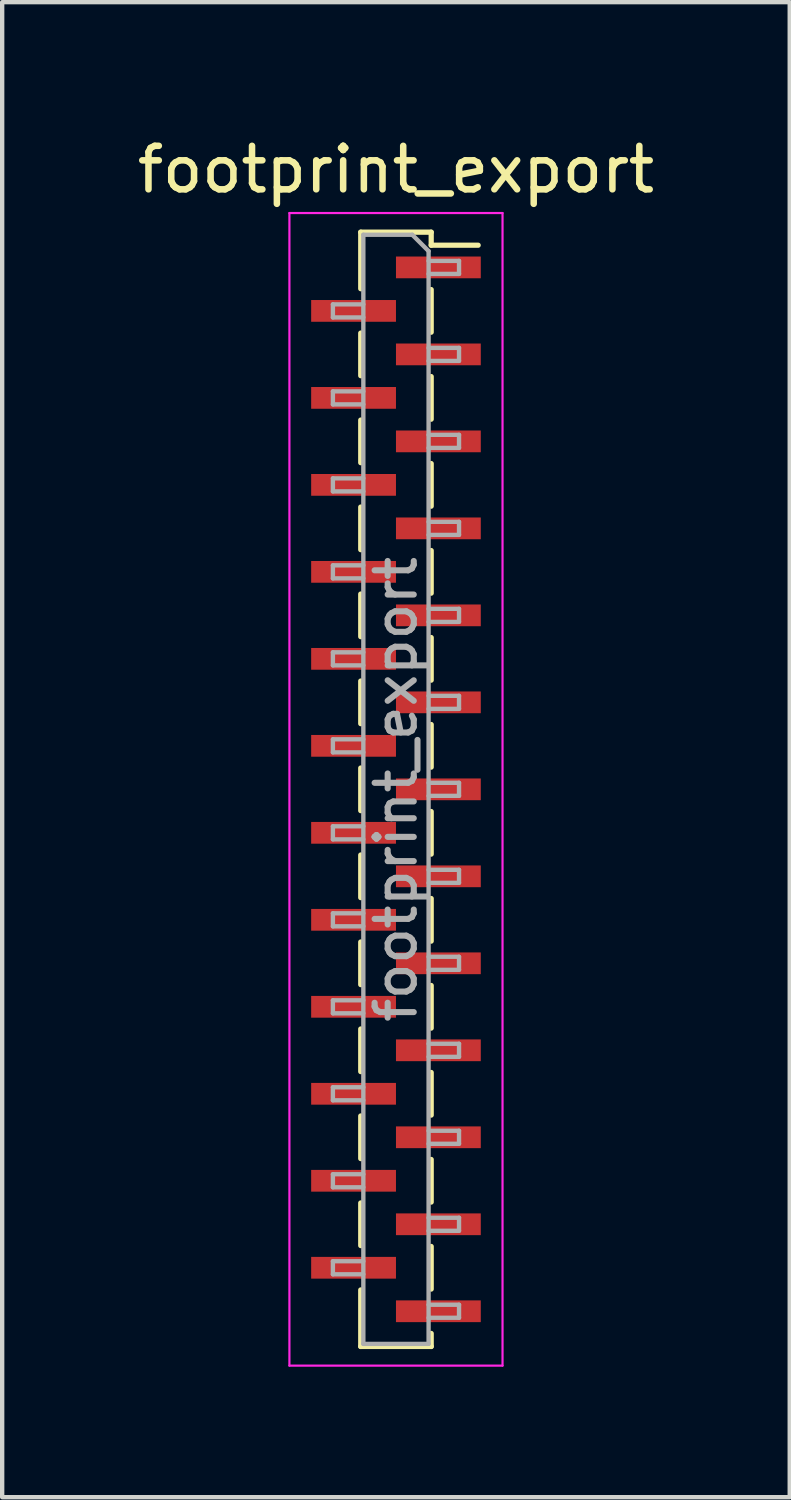
<source format=kicad_pcb>
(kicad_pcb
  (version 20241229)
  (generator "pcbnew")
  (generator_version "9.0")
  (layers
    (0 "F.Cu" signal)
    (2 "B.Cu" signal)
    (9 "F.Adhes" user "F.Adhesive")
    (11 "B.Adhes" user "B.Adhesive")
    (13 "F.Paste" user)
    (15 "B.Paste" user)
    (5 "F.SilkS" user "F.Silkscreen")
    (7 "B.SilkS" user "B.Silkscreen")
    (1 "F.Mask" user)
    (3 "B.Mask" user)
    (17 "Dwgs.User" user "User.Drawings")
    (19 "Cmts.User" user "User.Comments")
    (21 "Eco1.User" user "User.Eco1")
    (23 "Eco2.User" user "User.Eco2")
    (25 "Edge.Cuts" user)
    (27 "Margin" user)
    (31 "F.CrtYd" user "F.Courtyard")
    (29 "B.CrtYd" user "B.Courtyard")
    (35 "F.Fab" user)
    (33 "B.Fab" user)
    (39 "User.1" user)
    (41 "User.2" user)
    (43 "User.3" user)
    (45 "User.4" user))
  (footprint "footprint_export"
    (layer "F.Cu")
    (at 6.054 15.098)
    (property "Reference" "footprint_export" (at 0 -14.25 0) (layer "F.SilkS") (effects (font (size 1 1) (thickness 0.15))))
    (attr smd)
    (fp_line (start -0.81 -12.81) (end -0.81 -11.51) (stroke (width 0.12) (type solid)) (layer "F.SilkS"))
    (fp_line (start -0.81 -12.81) (end 0.81 -12.81) (stroke (width 0.12) (type solid)) (layer "F.SilkS"))
    (fp_line (start -0.81 -10.49) (end -0.81 -9.51) (stroke (width 0.12) (type solid)) (layer "F.SilkS"))
    (fp_line (start -0.81 -8.49) (end -0.81 -7.51) (stroke (width 0.12) (type solid)) (layer "F.SilkS"))
    (fp_line (start -0.81 -6.49) (end -0.81 -5.51) (stroke (width 0.12) (type solid)) (layer "F.SilkS"))
    (fp_line (start -0.81 -4.49) (end -0.81 -3.51) (stroke (width 0.12) (type solid)) (layer "F.SilkS"))
    (fp_line (start -0.81 -2.49) (end -0.81 -1.51) (stroke (width 0.12) (type solid)) (layer "F.SilkS"))
    (fp_line (start -0.81 -0.49) (end -0.81 0.49) (stroke (width 0.12) (type solid)) (layer "F.SilkS"))
    (fp_line (start -0.81 1.51) (end -0.81 2.49) (stroke (width 0.12) (type solid)) (layer "F.SilkS"))
    (fp_line (start -0.81 3.51) (end -0.81 4.49) (stroke (width 0.12) (type solid)) (layer "F.SilkS"))
    (fp_line (start -0.81 5.51) (end -0.81 6.49) (stroke (width 0.12) (type solid)) (layer "F.SilkS"))
    (fp_line (start -0.81 7.51) (end -0.81 8.49) (stroke (width 0.12) (type solid)) (layer "F.SilkS"))
    (fp_line (start -0.81 9.51) (end -0.81 10.49) (stroke (width 0.12) (type solid)) (layer "F.SilkS"))
    (fp_line (start -0.81 11.51) (end -0.81 12.81) (stroke (width 0.12) (type solid)) (layer "F.SilkS"))
    (fp_line (start -0.81 12.81) (end 0.81 12.81) (stroke (width 0.12) (type solid)) (layer "F.SilkS"))
    (fp_line (start 0.81 -12.81) (end 0.81 -12.51) (stroke (width 0.12) (type solid)) (layer "F.SilkS"))
    (fp_line (start 0.81 -12.51) (end 1.89 -12.51) (stroke (width 0.12) (type solid)) (layer "F.SilkS"))
    (fp_line (start 0.81 -11.49) (end 0.81 -10.51) (stroke (width 0.12) (type solid)) (layer "F.SilkS"))
    (fp_line (start 0.81 -9.49) (end 0.81 -8.51) (stroke (width 0.12) (type solid)) (layer "F.SilkS"))
    (fp_line (start 0.81 -7.49) (end 0.81 -6.51) (stroke (width 0.12) (type solid)) (layer "F.SilkS"))
    (fp_line (start 0.81 -5.49) (end 0.81 -4.51) (stroke (width 0.12) (type solid)) (layer "F.SilkS"))
    (fp_line (start 0.81 -3.49) (end 0.81 -2.51) (stroke (width 0.12) (type solid)) (layer "F.SilkS"))
    (fp_line (start 0.81 -1.49) (end 0.81 -0.51) (stroke (width 0.12) (type solid)) (layer "F.SilkS"))
    (fp_line (start 0.81 0.51) (end 0.81 1.49) (stroke (width 0.12) (type solid)) (layer "F.SilkS"))
    (fp_line (start 0.81 2.51) (end 0.81 3.49) (stroke (width 0.12) (type solid)) (layer "F.SilkS"))
    (fp_line (start 0.81 4.51) (end 0.81 5.49) (stroke (width 0.12) (type solid)) (layer "F.SilkS"))
    (fp_line (start 0.81 6.51) (end 0.81 7.49) (stroke (width 0.12) (type solid)) (layer "F.SilkS"))
    (fp_line (start 0.81 8.51) (end 0.81 9.49) (stroke (width 0.12) (type solid)) (layer "F.SilkS"))
    (fp_line (start 0.81 10.51) (end 0.81 11.49) (stroke (width 0.12) (type solid)) (layer "F.SilkS"))
    (fp_line (start 0.81 12.51) (end 0.81 12.81) (stroke (width 0.12) (type solid)) (layer "F.SilkS"))
    (fp_line (start -2.45 -13.25) (end 2.45 -13.25) (stroke (width 0.05) (type solid)) (layer "F.CrtYd"))
    (fp_line (start -2.45 13.25) (end -2.45 -13.25) (stroke (width 0.05) (type solid)) (layer "F.CrtYd"))
    (fp_line (start 2.45 -13.25) (end 2.45 13.25) (stroke (width 0.05) (type solid)) (layer "F.CrtYd"))
    (fp_line (start 2.45 13.25) (end -2.45 13.25) (stroke (width 0.05) (type solid)) (layer "F.CrtYd"))
    (fp_line (start -1.45 -11.15) (end -0.75 -11.15) (stroke (width 0.1) (type solid)) (layer "F.Fab"))
    (fp_line (start -1.45 -10.85) (end -1.45 -11.15) (stroke (width 0.1) (type solid)) (layer "F.Fab"))
    (fp_line (start -1.45 -9.15) (end -0.75 -9.15) (stroke (width 0.1) (type solid)) (layer "F.Fab"))
    (fp_line (start -1.45 -8.85) (end -1.45 -9.15) (stroke (width 0.1) (type solid)) (layer "F.Fab"))
    (fp_line (start -1.45 -7.15) (end -0.75 -7.15) (stroke (width 0.1) (type solid)) (layer "F.Fab"))
    (fp_line (start -1.45 -6.85) (end -1.45 -7.15) (stroke (width 0.1) (type solid)) (layer "F.Fab"))
    (fp_line (start -1.45 -5.15) (end -0.75 -5.15) (stroke (width 0.1) (type solid)) (layer "F.Fab"))
    (fp_line (start -1.45 -4.85) (end -1.45 -5.15) (stroke (width 0.1) (type solid)) (layer "F.Fab"))
    (fp_line (start -1.45 -3.15) (end -0.75 -3.15) (stroke (width 0.1) (type solid)) (layer "F.Fab"))
    (fp_line (start -1.45 -2.85) (end -1.45 -3.15) (stroke (width 0.1) (type solid)) (layer "F.Fab"))
    (fp_line (start -1.45 -1.15) (end -0.75 -1.15) (stroke (width 0.1) (type solid)) (layer "F.Fab"))
    (fp_line (start -1.45 -0.85) (end -1.45 -1.15) (stroke (width 0.1) (type solid)) (layer "F.Fab"))
    (fp_line (start -1.45 0.85) (end -0.75 0.85) (stroke (width 0.1) (type solid)) (layer "F.Fab"))
    (fp_line (start -1.45 1.15) (end -1.45 0.85) (stroke (width 0.1) (type solid)) (layer "F.Fab"))
    (fp_line (start -1.45 2.85) (end -0.75 2.85) (stroke (width 0.1) (type solid)) (layer "F.Fab"))
    (fp_line (start -1.45 3.15) (end -1.45 2.85) (stroke (width 0.1) (type solid)) (layer "F.Fab"))
    (fp_line (start -1.45 4.85) (end -0.75 4.85) (stroke (width 0.1) (type solid)) (layer "F.Fab"))
    (fp_line (start -1.45 5.15) (end -1.45 4.85) (stroke (width 0.1) (type solid)) (layer "F.Fab"))
    (fp_line (start -1.45 6.85) (end -0.75 6.85) (stroke (width 0.1) (type solid)) (layer "F.Fab"))
    (fp_line (start -1.45 7.15) (end -1.45 6.85) (stroke (width 0.1) (type solid)) (layer "F.Fab"))
    (fp_line (start -1.45 8.85) (end -0.75 8.85) (stroke (width 0.1) (type solid)) (layer "F.Fab"))
    (fp_line (start -1.45 9.15) (end -1.45 8.85) (stroke (width 0.1) (type solid)) (layer "F.Fab"))
    (fp_line (start -1.45 10.85) (end -0.75 10.85) (stroke (width 0.1) (type solid)) (layer "F.Fab"))
    (fp_line (start -1.45 11.15) (end -1.45 10.85) (stroke (width 0.1) (type solid)) (layer "F.Fab"))
    (fp_line (start -0.75 -12.75) (end 0.375 -12.75) (stroke (width 0.1) (type solid)) (layer "F.Fab"))
    (fp_line (start -0.75 -10.85) (end -1.45 -10.85) (stroke (width 0.1) (type solid)) (layer "F.Fab"))
    (fp_line (start -0.75 -8.85) (end -1.45 -8.85) (stroke (width 0.1) (type solid)) (layer "F.Fab"))
    (fp_line (start -0.75 -6.85) (end -1.45 -6.85) (stroke (width 0.1) (type solid)) (layer "F.Fab"))
    (fp_line (start -0.75 -4.85) (end -1.45 -4.85) (stroke (width 0.1) (type solid)) (layer "F.Fab"))
    (fp_line (start -0.75 -2.85) (end -1.45 -2.85) (stroke (width 0.1) (type solid)) (layer "F.Fab"))
    (fp_line (start -0.75 -0.85) (end -1.45 -0.85) (stroke (width 0.1) (type solid)) (layer "F.Fab"))
    (fp_line (start -0.75 1.15) (end -1.45 1.15) (stroke (width 0.1) (type solid)) (layer "F.Fab"))
    (fp_line (start -0.75 3.15) (end -1.45 3.15) (stroke (width 0.1) (type solid)) (layer "F.Fab"))
    (fp_line (start -0.75 5.15) (end -1.45 5.15) (stroke (width 0.1) (type solid)) (layer "F.Fab"))
    (fp_line (start -0.75 7.15) (end -1.45 7.15) (stroke (width 0.1) (type solid)) (layer "F.Fab"))
    (fp_line (start -0.75 9.15) (end -1.45 9.15) (stroke (width 0.1) (type solid)) (layer "F.Fab"))
    (fp_line (start -0.75 11.15) (end -1.45 11.15) (stroke (width 0.1) (type solid)) (layer "F.Fab"))
    (fp_line (start -0.75 12.75) (end -0.75 -12.75) (stroke (width 0.1) (type solid)) (layer "F.Fab"))
    (fp_line (start 0.375 -12.75) (end 0.75 -12.375) (stroke (width 0.1) (type solid)) (layer "F.Fab"))
    (fp_line (start 0.75 -12.375) (end 0.75 12.75) (stroke (width 0.1) (type solid)) (layer "F.Fab"))
    (fp_line (start 0.75 -12.15) (end 1.45 -12.15) (stroke (width 0.1) (type solid)) (layer "F.Fab"))
    (fp_line (start 0.75 -10.15) (end 1.45 -10.15) (stroke (width 0.1) (type solid)) (layer "F.Fab"))
    (fp_line (start 0.75 -8.15) (end 1.45 -8.15) (stroke (width 0.1) (type solid)) (layer "F.Fab"))
    (fp_line (start 0.75 -6.15) (end 1.45 -6.15) (stroke (width 0.1) (type solid)) (layer "F.Fab"))
    (fp_line (start 0.75 -4.15) (end 1.45 -4.15) (stroke (width 0.1) (type solid)) (layer "F.Fab"))
    (fp_line (start 0.75 -2.15) (end 1.45 -2.15) (stroke (width 0.1) (type solid)) (layer "F.Fab"))
    (fp_line (start 0.75 -0.15) (end 1.45 -0.15) (stroke (width 0.1) (type solid)) (layer "F.Fab"))
    (fp_line (start 0.75 1.85) (end 1.45 1.85) (stroke (width 0.1) (type solid)) (layer "F.Fab"))
    (fp_line (start 0.75 3.85) (end 1.45 3.85) (stroke (width 0.1) (type solid)) (layer "F.Fab"))
    (fp_line (start 0.75 5.85) (end 1.45 5.85) (stroke (width 0.1) (type solid)) (layer "F.Fab"))
    (fp_line (start 0.75 7.85) (end 1.45 7.85) (stroke (width 0.1) (type solid)) (layer "F.Fab"))
    (fp_line (start 0.75 9.85) (end 1.45 9.85) (stroke (width 0.1) (type solid)) (layer "F.Fab"))
    (fp_line (start 0.75 11.85) (end 1.45 11.85) (stroke (width 0.1) (type solid)) (layer "F.Fab"))
    (fp_line (start 0.75 12.75) (end -0.75 12.75) (stroke (width 0.1) (type solid)) (layer "F.Fab"))
    (fp_line (start 1.45 -12.15) (end 1.45 -11.85) (stroke (width 0.1) (type solid)) (layer "F.Fab"))
    (fp_line (start 1.45 -11.85) (end 0.75 -11.85) (stroke (width 0.1) (type solid)) (layer "F.Fab"))
    (fp_line (start 1.45 -10.15) (end 1.45 -9.85) (stroke (width 0.1) (type solid)) (layer "F.Fab"))
    (fp_line (start 1.45 -9.85) (end 0.75 -9.85) (stroke (width 0.1) (type solid)) (layer "F.Fab"))
    (fp_line (start 1.45 -8.15) (end 1.45 -7.85) (stroke (width 0.1) (type solid)) (layer "F.Fab"))
    (fp_line (start 1.45 -7.85) (end 0.75 -7.85) (stroke (width 0.1) (type solid)) (layer "F.Fab"))
    (fp_line (start 1.45 -6.15) (end 1.45 -5.85) (stroke (width 0.1) (type solid)) (layer "F.Fab"))
    (fp_line (start 1.45 -5.85) (end 0.75 -5.85) (stroke (width 0.1) (type solid)) (layer "F.Fab"))
    (fp_line (start 1.45 -4.15) (end 1.45 -3.85) (stroke (width 0.1) (type solid)) (layer "F.Fab"))
    (fp_line (start 1.45 -3.85) (end 0.75 -3.85) (stroke (width 0.1) (type solid)) (layer "F.Fab"))
    (fp_line (start 1.45 -2.15) (end 1.45 -1.85) (stroke (width 0.1) (type solid)) (layer "F.Fab"))
    (fp_line (start 1.45 -1.85) (end 0.75 -1.85) (stroke (width 0.1) (type solid)) (layer "F.Fab"))
    (fp_line (start 1.45 -0.15) (end 1.45 0.15) (stroke (width 0.1) (type solid)) (layer "F.Fab"))
    (fp_line (start 1.45 0.15) (end 0.75 0.15) (stroke (width 0.1) (type solid)) (layer "F.Fab"))
    (fp_line (start 1.45 1.85) (end 1.45 2.15) (stroke (width 0.1) (type solid)) (layer "F.Fab"))
    (fp_line (start 1.45 2.15) (end 0.75 2.15) (stroke (width 0.1) (type solid)) (layer "F.Fab"))
    (fp_line (start 1.45 3.85) (end 1.45 4.15) (stroke (width 0.1) (type solid)) (layer "F.Fab"))
    (fp_line (start 1.45 4.15) (end 0.75 4.15) (stroke (width 0.1) (type solid)) (layer "F.Fab"))
    (fp_line (start 1.45 5.85) (end 1.45 6.15) (stroke (width 0.1) (type solid)) (layer "F.Fab"))
    (fp_line (start 1.45 6.15) (end 0.75 6.15) (stroke (width 0.1) (type solid)) (layer "F.Fab"))
    (fp_line (start 1.45 7.85) (end 1.45 8.15) (stroke (width 0.1) (type solid)) (layer "F.Fab"))
    (fp_line (start 1.45 8.15) (end 0.75 8.15) (stroke (width 0.1) (type solid)) (layer "F.Fab"))
    (fp_line (start 1.45 9.85) (end 1.45 10.15) (stroke (width 0.1) (type solid)) (layer "F.Fab"))
    (fp_line (start 1.45 10.15) (end 0.75 10.15) (stroke (width 0.1) (type solid)) (layer "F.Fab"))
    (fp_line (start 1.45 11.85) (end 1.45 12.15) (stroke (width 0.1) (type solid)) (layer "F.Fab"))
    (fp_line (start 1.45 12.15) (end 0.75 12.15) (stroke (width 0.1) (type solid)) (layer "F.Fab"))
    (fp_text user "${REFERENCE}" (at 0 0 90) (layer "F.Fab") (effects (font (size 0.9 0.9) (thickness 0.14))))
    (pad "1" smd rect (at 0.975 -12) (size 1.95 0.5) (layers "F.Cu" "F.Mask" "F.Paste"))
    (pad "2" smd rect (at -0.975 -11) (size 1.95 0.5) (layers "F.Cu" "F.Mask" "F.Paste"))
    (pad "3" smd rect (at 0.975 -10) (size 1.95 0.5) (layers "F.Cu" "F.Mask" "F.Paste"))
    (pad "4" smd rect (at -0.975 -9) (size 1.95 0.5) (layers "F.Cu" "F.Mask" "F.Paste"))
    (pad "5" smd rect (at 0.975 -8) (size 1.95 0.5) (layers "F.Cu" "F.Mask" "F.Paste"))
    (pad "6" smd rect (at -0.975 -7) (size 1.95 0.5) (layers "F.Cu" "F.Mask" "F.Paste"))
    (pad "7" smd rect (at 0.975 -6) (size 1.95 0.5) (layers "F.Cu" "F.Mask" "F.Paste"))
    (pad "8" smd rect (at -0.975 -5) (size 1.95 0.5) (layers "F.Cu" "F.Mask" "F.Paste"))
    (pad "9" smd rect (at 0.975 -4) (size 1.95 0.5) (layers "F.Cu" "F.Mask" "F.Paste"))
    (pad "10" smd rect (at -0.975 -3) (size 1.95 0.5) (layers "F.Cu" "F.Mask" "F.Paste"))
    (pad "11" smd rect (at 0.975 -2) (size 1.95 0.5) (layers "F.Cu" "F.Mask" "F.Paste"))
    (pad "12" smd rect (at -0.975 -1) (size 1.95 0.5) (layers "F.Cu" "F.Mask" "F.Paste"))
    (pad "13" smd rect (at 0.975 0) (size 1.95 0.5) (layers "F.Cu" "F.Mask" "F.Paste"))
    (pad "14" smd rect (at -0.975 1) (size 1.95 0.5) (layers "F.Cu" "F.Mask" "F.Paste"))
    (pad "15" smd rect (at 0.975 2) (size 1.95 0.5) (layers "F.Cu" "F.Mask" "F.Paste"))
    (pad "16" smd rect (at -0.975 3) (size 1.95 0.5) (layers "F.Cu" "F.Mask" "F.Paste"))
    (pad "17" smd rect (at 0.975 4) (size 1.95 0.5) (layers "F.Cu" "F.Mask" "F.Paste"))
    (pad "18" smd rect (at -0.975 5) (size 1.95 0.5) (layers "F.Cu" "F.Mask" "F.Paste"))
    (pad "19" smd rect (at 0.975 6) (size 1.95 0.5) (layers "F.Cu" "F.Mask" "F.Paste"))
    (pad "20" smd rect (at -0.975 7) (size 1.95 0.5) (layers "F.Cu" "F.Mask" "F.Paste"))
    (pad "21" smd rect (at 0.975 8) (size 1.95 0.5) (layers "F.Cu" "F.Mask" "F.Paste"))
    (pad "22" smd rect (at -0.975 9) (size 1.95 0.5) (layers "F.Cu" "F.Mask" "F.Paste"))
    (pad "23" smd rect (at 0.975 10) (size 1.95 0.5) (layers "F.Cu" "F.Mask" "F.Paste"))
    (pad "24" smd rect (at -0.975 11) (size 1.95 0.5) (layers "F.Cu" "F.Mask" "F.Paste"))
    (pad "25" smd rect (at 0.975 12) (size 1.95 0.5) (layers "F.Cu" "F.Mask" "F.Paste")))
  (gr_rect
    (start -3 -3)
    (end 15.107 31.373)
    (stroke (width 0.1) (type default))
    (fill no)
    (layer "Edge.Cuts")))
</source>
